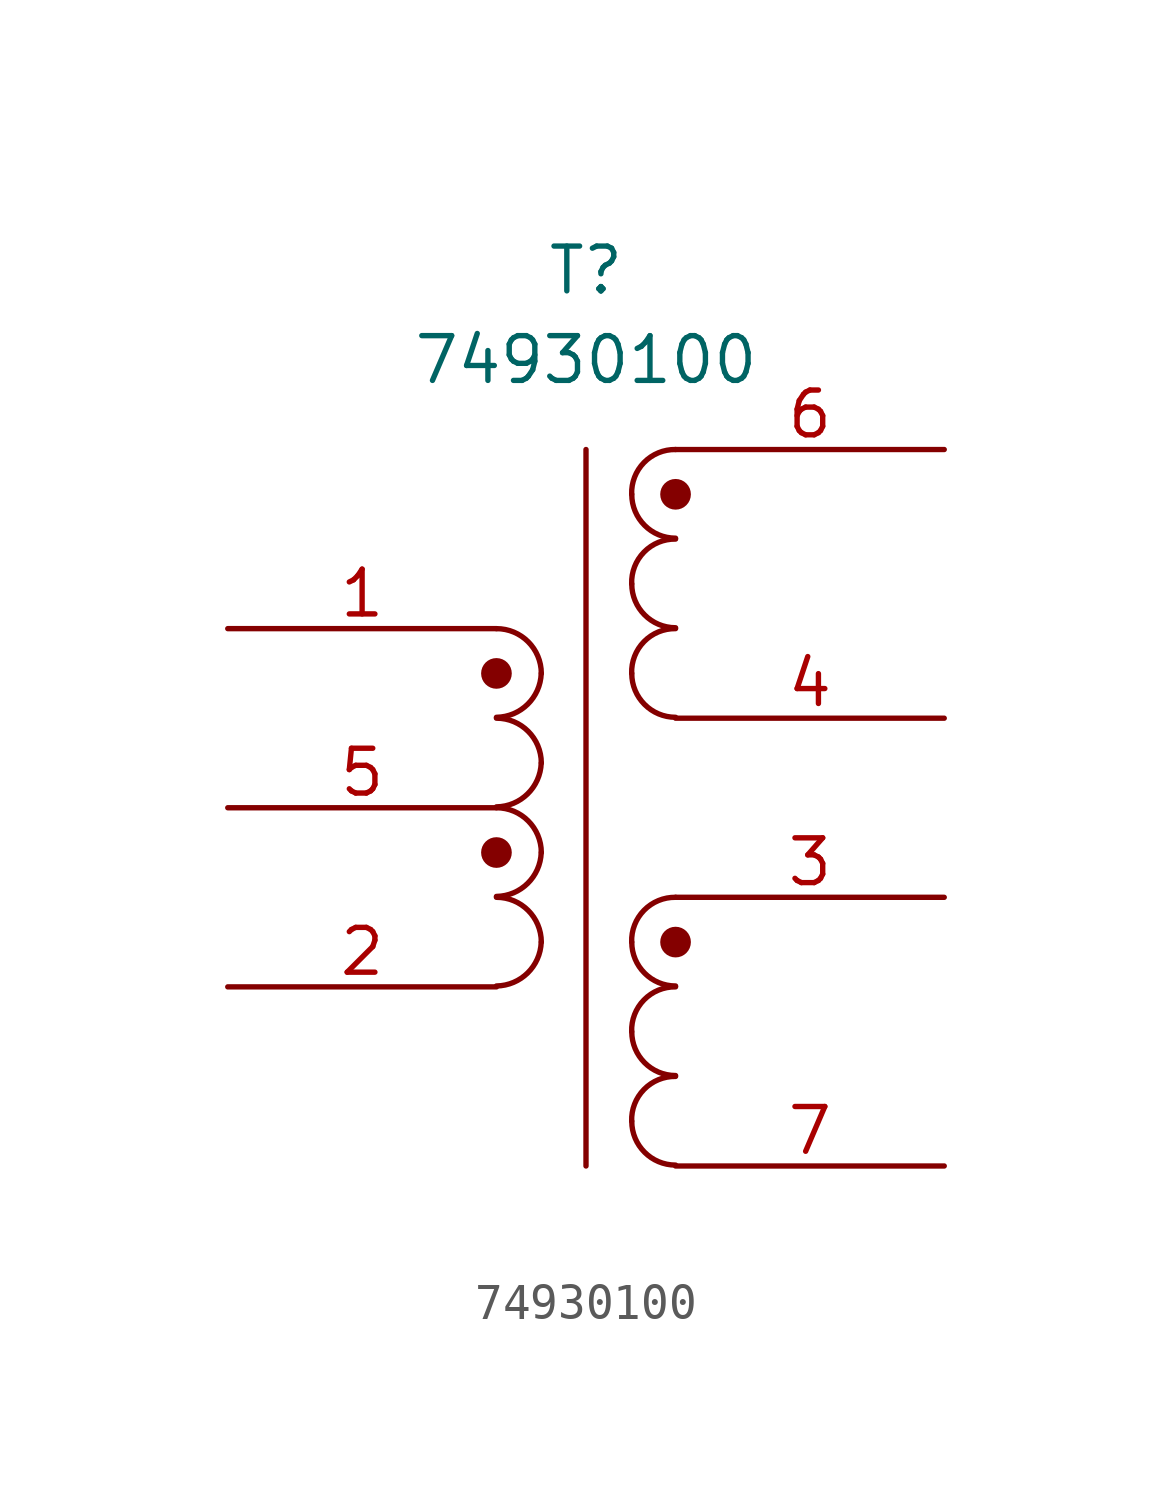
<source format=kicad_sym>
(kicad_symbol_lib
  (version 20241209)
  (generator "kicad_symbol_editor")
  (generator_version "9.0")
  (symbol "74930100"
    (pin_names
      (hide yes))
    (property "Reference" "T"
      (at 0 5.08 0)
      (effects (font (size 1.27 1.27))))
    (property "Value" "74930100"
      (at 0 2.54 0)
      (effects (font (size 1.27 1.27))))
    (symbol "74930100_0_1"
      (arc (start -1.27 -6.35) (mid -1.656 -7.2264) (end -2.54 -7.5946) (stroke (width 0) (type default)) (fill (type none)))
      (arc (start -1.27 -8.89) (mid -1.656 -9.7664) (end -2.54 -10.1346) (stroke (width 0) (type default)) (fill (type none)))
      (arc (start -1.27 -11.43) (mid -1.656 -12.3064) (end -2.54 -12.6746) (stroke (width 0) (type default)) (fill (type none)))
      (arc (start -1.27 -13.97) (mid -1.656 -14.8464) (end -2.54 -15.2146) (stroke (width 0) (type default)) (fill (type none)))
      (arc (start -2.54 -5.08) (mid -1.642 -5.452) (end -1.27 -6.35) (stroke (width 0) (type default)) (fill (type none)))
      (arc (start -2.54 -7.62) (mid -1.642 -7.992) (end -1.27 -8.89) (stroke (width 0) (type default)) (fill (type none)))
      (arc (start -2.54 -10.16) (mid -1.642 -10.532) (end -1.27 -11.43) (stroke (width 0) (type default)) (fill (type none)))
      (arc (start -2.54 -12.7) (mid -1.642 -13.072) (end -1.27 -13.97) (stroke (width 0) (type default)) (fill (type none)))
      (polyline (pts (xy 0 0) (xy 0 -20.32)) (stroke (width 0) (type default)) (fill (type none)))
      (arc (start 1.2954 -1.27) (mid 1.6457 -0.3683) (end 2.54 0) (stroke (width 0) (type default)) (fill (type none)))
      (arc (start 1.2954 -3.81) (mid 1.6457 -2.9083) (end 2.54 -2.54) (stroke (width 0) (type default)) (fill (type none)))
      (arc (start 1.2954 -6.35) (mid 1.6457 -5.4483) (end 2.54 -5.08) (stroke (width 0) (type default)) (fill (type none)))
      (arc (start 1.2954 -13.97) (mid 1.6457 -13.0683) (end 2.54 -12.7) (stroke (width 0) (type default)) (fill (type none)))
      (arc (start 1.2954 -16.51) (mid 1.6457 -15.6083) (end 2.54 -15.24) (stroke (width 0) (type default)) (fill (type none)))
      (arc (start 1.2954 -19.05) (mid 1.6457 -18.1483) (end 2.54 -17.78) (stroke (width 0) (type default)) (fill (type none)))
      (arc (start 2.54 -2.5146) (mid 1.6599 -2.1501) (end 1.2954 -1.27) (stroke (width 0) (type default)) (fill (type none)))
      (arc (start 2.54 -5.0546) (mid 1.6599 -4.6901) (end 1.2954 -3.81) (stroke (width 0) (type default)) (fill (type none)))
      (arc (start 2.54 -7.5946) (mid 1.6599 -7.2301) (end 1.2954 -6.35) (stroke (width 0) (type default)) (fill (type none)))
      (arc (start 2.54 -15.2146) (mid 1.6599 -14.8501) (end 1.2954 -13.97) (stroke (width 0) (type default)) (fill (type none)))
      (arc (start 2.54 -17.7546) (mid 1.6599 -17.3901) (end 1.2954 -16.51) (stroke (width 0) (type default)) (fill (type none)))
      (arc (start 2.54 -20.2946) (mid 1.6599 -19.9301) (end 1.2954 -19.05) (stroke (width 0) (type default)) (fill (type none))))
    (symbol "74930100_1_1"
      (circle (center -2.54 -6.35) (radius 0.359) (stroke (width 0) (type solid)) (fill (type outline)))
      (circle (center -2.54 -11.43) (radius 0.359) (stroke (width 0) (type solid)) (fill (type outline)))
      (circle (center 2.54 -1.27) (radius 0.359) (stroke (width 0) (type solid)) (fill (type outline)))
      (circle (center 2.54 -13.97) (radius 0.359) (stroke (width 0) (type solid)) (fill (type outline)))
      (pin passive line (at -10.16 -5.08 0) (length 7.62) (name "IN+" (effects (font (size 1.27 1.27)))) (number "1" (effects (font (size 1.27 1.27)))))
      (pin passive line (at -10.16 -10.16 0) (length 7.62) (name "PM" (effects (font (size 1.27 1.27)))) (number "5" (effects (font (size 1.27 1.27)))))
      (pin passive line (at -10.16 -15.24 0) (length 7.62) (name "IN-" (effects (font (size 1.27 1.27)))) (number "2" (effects (font (size 1.27 1.27)))))
      (pin passive line (at 10.16 0 180) (length 7.62) (name "OUT1A" (effects (font (size 1.27 1.27)))) (number "6" (effects (font (size 1.27 1.27)))))
      (pin passive line (at 10.16 -7.62 180) (length 7.62) (name "OUT1B" (effects (font (size 1.27 1.27)))) (number "4" (effects (font (size 1.27 1.27)))))
      (pin passive line (at 10.16 -12.7 180) (length 7.62) (name "OUT2A" (effects (font (size 1.27 1.27)))) (number "3" (effects (font (size 1.27 1.27)))))
      (pin passive line (at 10.16 -20.32 180) (length 7.62) (name "OUT2B" (effects (font (size 1.27 1.27)))) (number "7" (effects (font (size 1.27 1.27))))))))
</source>
